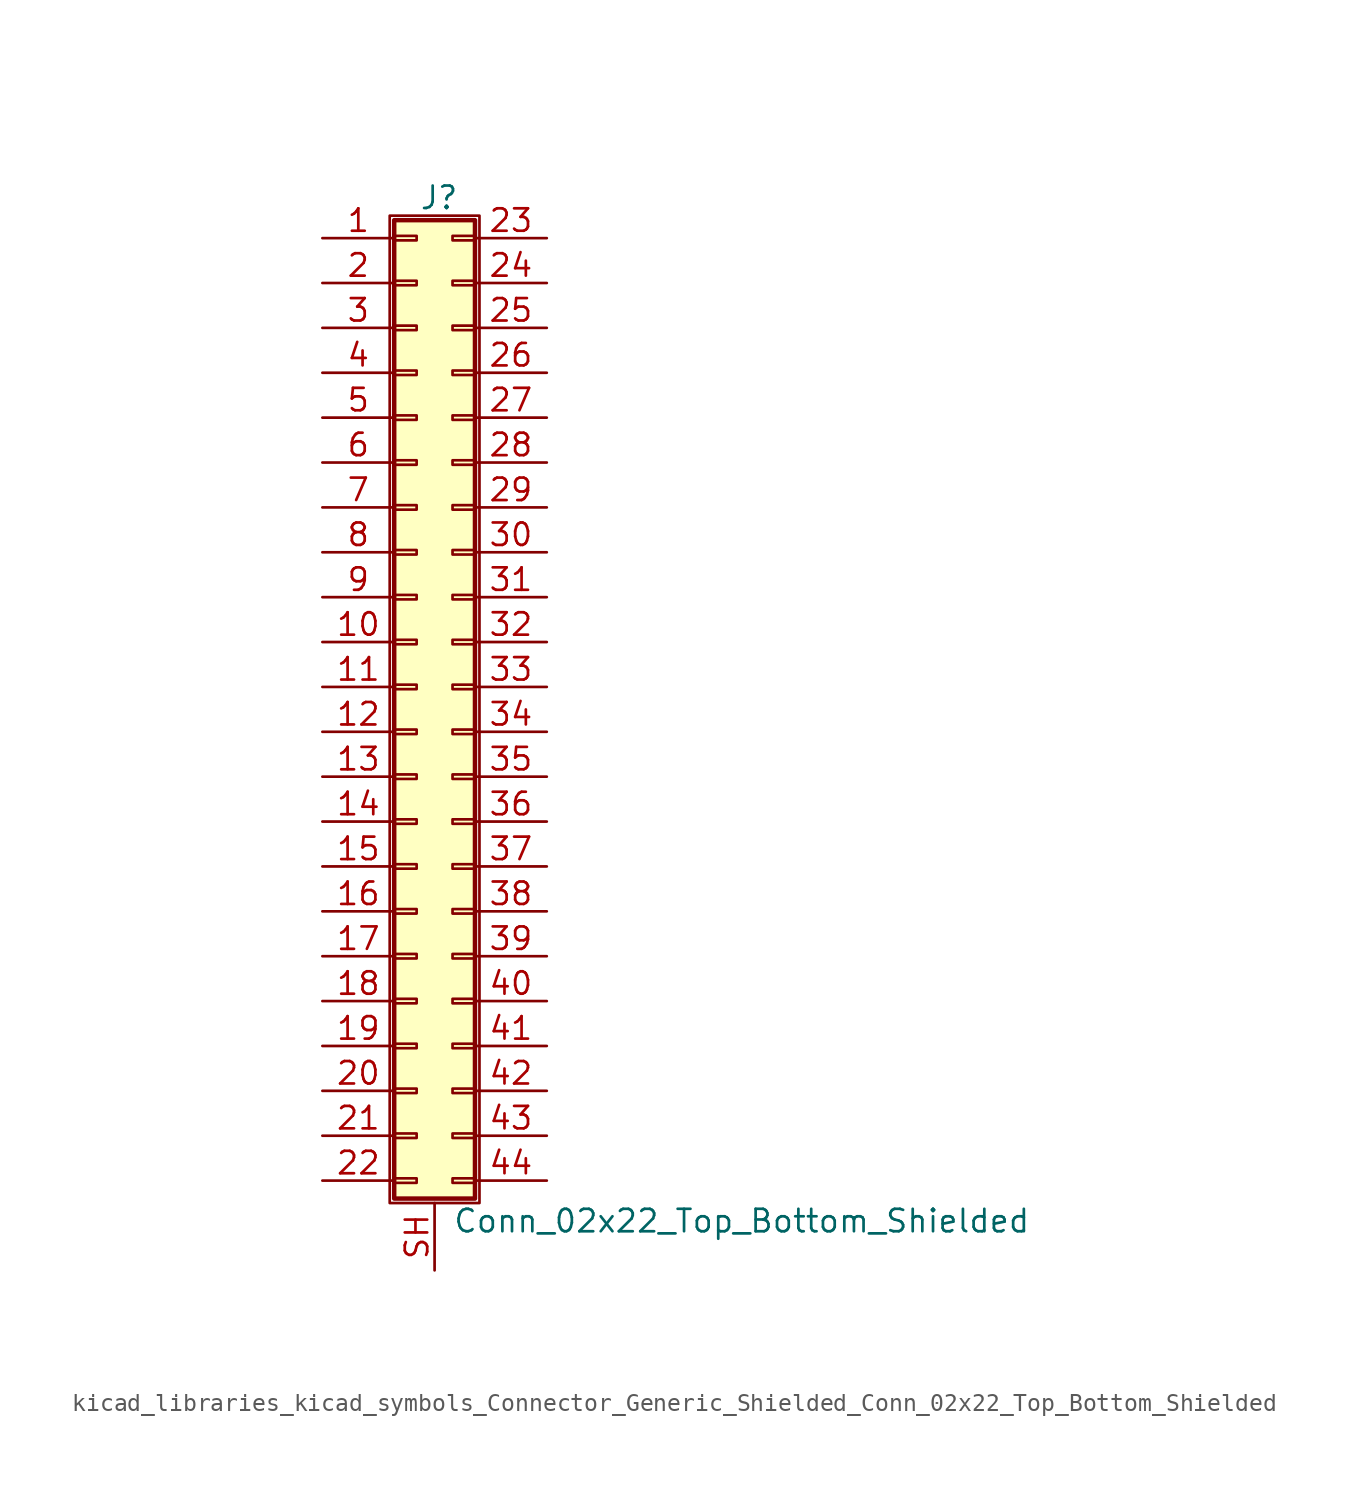
<source format=kicad_sym>
(kicad_symbol_lib
  (version 20220914)
  (generator kicad_symbol_editor)
  (symbol "kicad_libraries_kicad_symbols_Connector_Generic_Shielded_Conn_02x22_Top_Bottom_Shielded"
    (pin_names
      (offset 1.016) hide)
    (property "Reference" "J"
      (at 1.524 27.686 0)
      (effects (font (size 1.27 1.27))))
    (property "Value" "Conn_02x22_Top_Bottom_Shielded"
      (at 2.286 -30.226 0)
      (effects (font (size 1.27 1.27)) (justify left)))
    (symbol "kicad_libraries_kicad_symbols_Connector_Generic_Shielded_Conn_02x22_Top_Bottom_Shielded_1_1"
      (rectangle (start -1.27 26.67) (end 3.81 -29.21) (stroke (width 0.152) (type default)) (fill (type none)))
      (rectangle (start -1.016 -27.813) (end 0.254 -28.067) (stroke (width 0.152) (type default)) (fill (type none)))
      (rectangle (start -1.016 -25.273) (end 0.254 -25.527) (stroke (width 0.152) (type default)) (fill (type none)))
      (rectangle (start -1.016 -22.733) (end 0.254 -22.987) (stroke (width 0.152) (type default)) (fill (type none)))
      (rectangle (start -1.016 -20.193) (end 0.254 -20.447) (stroke (width 0.152) (type default)) (fill (type none)))
      (rectangle (start -1.016 -17.653) (end 0.254 -17.907) (stroke (width 0.152) (type default)) (fill (type none)))
      (rectangle (start -1.016 -15.113) (end 0.254 -15.367) (stroke (width 0.152) (type default)) (fill (type none)))
      (rectangle (start -1.016 -12.573) (end 0.254 -12.827) (stroke (width 0.152) (type default)) (fill (type none)))
      (rectangle (start -1.016 -10.033) (end 0.254 -10.287) (stroke (width 0.152) (type default)) (fill (type none)))
      (rectangle (start -1.016 -7.493) (end 0.254 -7.747) (stroke (width 0.152) (type default)) (fill (type none)))
      (rectangle (start -1.016 -4.953) (end 0.254 -5.207) (stroke (width 0.152) (type default)) (fill (type none)))
      (rectangle (start -1.016 -2.413) (end 0.254 -2.667) (stroke (width 0.152) (type default)) (fill (type none)))
      (rectangle (start -1.016 0.127) (end 0.254 -0.127) (stroke (width 0.152) (type default)) (fill (type none)))
      (rectangle (start -1.016 2.667) (end 0.254 2.413) (stroke (width 0.152) (type default)) (fill (type none)))
      (rectangle (start -1.016 5.207) (end 0.254 4.953) (stroke (width 0.152) (type default)) (fill (type none)))
      (rectangle (start -1.016 7.747) (end 0.254 7.493) (stroke (width 0.152) (type default)) (fill (type none)))
      (rectangle (start -1.016 10.287) (end 0.254 10.033) (stroke (width 0.152) (type default)) (fill (type none)))
      (rectangle (start -1.016 12.827) (end 0.254 12.573) (stroke (width 0.152) (type default)) (fill (type none)))
      (rectangle (start -1.016 15.367) (end 0.254 15.113) (stroke (width 0.152) (type default)) (fill (type none)))
      (rectangle (start -1.016 17.907) (end 0.254 17.653) (stroke (width 0.152) (type default)) (fill (type none)))
      (rectangle (start -1.016 20.447) (end 0.254 20.193) (stroke (width 0.152) (type default)) (fill (type none)))
      (rectangle (start -1.016 22.987) (end 0.254 22.733) (stroke (width 0.152) (type default)) (fill (type none)))
      (rectangle (start -1.016 25.527) (end 0.254 25.273) (stroke (width 0.152) (type default)) (fill (type none)))
      (rectangle (start -1.016 26.416) (end 3.556 -28.956) (stroke (width 0.254) (type default)) (fill (type background)))
      (rectangle (start 3.556 -27.813) (end 2.286 -28.067) (stroke (width 0.152) (type default)) (fill (type none)))
      (rectangle (start 3.556 -25.273) (end 2.286 -25.527) (stroke (width 0.152) (type default)) (fill (type none)))
      (rectangle (start 3.556 -22.733) (end 2.286 -22.987) (stroke (width 0.152) (type default)) (fill (type none)))
      (rectangle (start 3.556 -20.193) (end 2.286 -20.447) (stroke (width 0.152) (type default)) (fill (type none)))
      (rectangle (start 3.556 -17.653) (end 2.286 -17.907) (stroke (width 0.152) (type default)) (fill (type none)))
      (rectangle (start 3.556 -15.113) (end 2.286 -15.367) (stroke (width 0.152) (type default)) (fill (type none)))
      (rectangle (start 3.556 -12.573) (end 2.286 -12.827) (stroke (width 0.152) (type default)) (fill (type none)))
      (rectangle (start 3.556 -10.033) (end 2.286 -10.287) (stroke (width 0.152) (type default)) (fill (type none)))
      (rectangle (start 3.556 -7.493) (end 2.286 -7.747) (stroke (width 0.152) (type default)) (fill (type none)))
      (rectangle (start 3.556 -4.953) (end 2.286 -5.207) (stroke (width 0.152) (type default)) (fill (type none)))
      (rectangle (start 3.556 -2.413) (end 2.286 -2.667) (stroke (width 0.152) (type default)) (fill (type none)))
      (rectangle (start 3.556 0.127) (end 2.286 -0.127) (stroke (width 0.152) (type default)) (fill (type none)))
      (rectangle (start 3.556 2.667) (end 2.286 2.413) (stroke (width 0.152) (type default)) (fill (type none)))
      (rectangle (start 3.556 5.207) (end 2.286 4.953) (stroke (width 0.152) (type default)) (fill (type none)))
      (rectangle (start 3.556 7.747) (end 2.286 7.493) (stroke (width 0.152) (type default)) (fill (type none)))
      (rectangle (start 3.556 10.287) (end 2.286 10.033) (stroke (width 0.152) (type default)) (fill (type none)))
      (rectangle (start 3.556 12.827) (end 2.286 12.573) (stroke (width 0.152) (type default)) (fill (type none)))
      (rectangle (start 3.556 15.367) (end 2.286 15.113) (stroke (width 0.152) (type default)) (fill (type none)))
      (rectangle (start 3.556 17.907) (end 2.286 17.653) (stroke (width 0.152) (type default)) (fill (type none)))
      (rectangle (start 3.556 20.447) (end 2.286 20.193) (stroke (width 0.152) (type default)) (fill (type none)))
      (rectangle (start 3.556 22.987) (end 2.286 22.733) (stroke (width 0.152) (type default)) (fill (type none)))
      (rectangle (start 3.556 25.527) (end 2.286 25.273) (stroke (width 0.152) (type default)) (fill (type none)))
      (pin passive line (at -5.08 25.4 0) (length 4.064) (name "Pin_1" (effects (font (size 1.27 1.27)))) (number "1" (effects (font (size 1.27 1.27)))))
      (pin passive line (at -5.08 2.54 0) (length 4.064) (name "Pin_10" (effects (font (size 1.27 1.27)))) (number "10" (effects (font (size 1.27 1.27)))))
      (pin passive line (at -5.08 0 0) (length 4.064) (name "Pin_11" (effects (font (size 1.27 1.27)))) (number "11" (effects (font (size 1.27 1.27)))))
      (pin passive line (at -5.08 -2.54 0) (length 4.064) (name "Pin_12" (effects (font (size 1.27 1.27)))) (number "12" (effects (font (size 1.27 1.27)))))
      (pin passive line (at -5.08 -5.08 0) (length 4.064) (name "Pin_13" (effects (font (size 1.27 1.27)))) (number "13" (effects (font (size 1.27 1.27)))))
      (pin passive line (at -5.08 -7.62 0) (length 4.064) (name "Pin_14" (effects (font (size 1.27 1.27)))) (number "14" (effects (font (size 1.27 1.27)))))
      (pin passive line (at -5.08 -10.16 0) (length 4.064) (name "Pin_15" (effects (font (size 1.27 1.27)))) (number "15" (effects (font (size 1.27 1.27)))))
      (pin passive line (at -5.08 -12.7 0) (length 4.064) (name "Pin_16" (effects (font (size 1.27 1.27)))) (number "16" (effects (font (size 1.27 1.27)))))
      (pin passive line (at -5.08 -15.24 0) (length 4.064) (name "Pin_17" (effects (font (size 1.27 1.27)))) (number "17" (effects (font (size 1.27 1.27)))))
      (pin passive line (at -5.08 -17.78 0) (length 4.064) (name "Pin_18" (effects (font (size 1.27 1.27)))) (number "18" (effects (font (size 1.27 1.27)))))
      (pin passive line (at -5.08 -20.32 0) (length 4.064) (name "Pin_19" (effects (font (size 1.27 1.27)))) (number "19" (effects (font (size 1.27 1.27)))))
      (pin passive line (at -5.08 22.86 0) (length 4.064) (name "Pin_2" (effects (font (size 1.27 1.27)))) (number "2" (effects (font (size 1.27 1.27)))))
      (pin passive line (at -5.08 -22.86 0) (length 4.064) (name "Pin_20" (effects (font (size 1.27 1.27)))) (number "20" (effects (font (size 1.27 1.27)))))
      (pin passive line (at -5.08 -25.4 0) (length 4.064) (name "Pin_21" (effects (font (size 1.27 1.27)))) (number "21" (effects (font (size 1.27 1.27)))))
      (pin passive line (at -5.08 -27.94 0) (length 4.064) (name "Pin_22" (effects (font (size 1.27 1.27)))) (number "22" (effects (font (size 1.27 1.27)))))
      (pin passive line (at 7.62 25.4 180) (length 4.064) (name "Pin_23" (effects (font (size 1.27 1.27)))) (number "23" (effects (font (size 1.27 1.27)))))
      (pin passive line (at 7.62 22.86 180) (length 4.064) (name "Pin_24" (effects (font (size 1.27 1.27)))) (number "24" (effects (font (size 1.27 1.27)))))
      (pin passive line (at 7.62 20.32 180) (length 4.064) (name "Pin_25" (effects (font (size 1.27 1.27)))) (number "25" (effects (font (size 1.27 1.27)))))
      (pin passive line (at 7.62 17.78 180) (length 4.064) (name "Pin_26" (effects (font (size 1.27 1.27)))) (number "26" (effects (font (size 1.27 1.27)))))
      (pin passive line (at 7.62 15.24 180) (length 4.064) (name "Pin_27" (effects (font (size 1.27 1.27)))) (number "27" (effects (font (size 1.27 1.27)))))
      (pin passive line (at 7.62 12.7 180) (length 4.064) (name "Pin_28" (effects (font (size 1.27 1.27)))) (number "28" (effects (font (size 1.27 1.27)))))
      (pin passive line (at 7.62 10.16 180) (length 4.064) (name "Pin_29" (effects (font (size 1.27 1.27)))) (number "29" (effects (font (size 1.27 1.27)))))
      (pin passive line (at -5.08 20.32 0) (length 4.064) (name "Pin_3" (effects (font (size 1.27 1.27)))) (number "3" (effects (font (size 1.27 1.27)))))
      (pin passive line (at 7.62 7.62 180) (length 4.064) (name "Pin_30" (effects (font (size 1.27 1.27)))) (number "30" (effects (font (size 1.27 1.27)))))
      (pin passive line (at 7.62 5.08 180) (length 4.064) (name "Pin_31" (effects (font (size 1.27 1.27)))) (number "31" (effects (font (size 1.27 1.27)))))
      (pin passive line (at 7.62 2.54 180) (length 4.064) (name "Pin_32" (effects (font (size 1.27 1.27)))) (number "32" (effects (font (size 1.27 1.27)))))
      (pin passive line (at 7.62 0 180) (length 4.064) (name "Pin_33" (effects (font (size 1.27 1.27)))) (number "33" (effects (font (size 1.27 1.27)))))
      (pin passive line (at 7.62 -2.54 180) (length 4.064) (name "Pin_34" (effects (font (size 1.27 1.27)))) (number "34" (effects (font (size 1.27 1.27)))))
      (pin passive line (at 7.62 -5.08 180) (length 4.064) (name "Pin_35" (effects (font (size 1.27 1.27)))) (number "35" (effects (font (size 1.27 1.27)))))
      (pin passive line (at 7.62 -7.62 180) (length 4.064) (name "Pin_36" (effects (font (size 1.27 1.27)))) (number "36" (effects (font (size 1.27 1.27)))))
      (pin passive line (at 7.62 -10.16 180) (length 4.064) (name "Pin_37" (effects (font (size 1.27 1.27)))) (number "37" (effects (font (size 1.27 1.27)))))
      (pin passive line (at 7.62 -12.7 180) (length 4.064) (name "Pin_38" (effects (font (size 1.27 1.27)))) (number "38" (effects (font (size 1.27 1.27)))))
      (pin passive line (at 7.62 -15.24 180) (length 4.064) (name "Pin_39" (effects (font (size 1.27 1.27)))) (number "39" (effects (font (size 1.27 1.27)))))
      (pin passive line (at -5.08 17.78 0) (length 4.064) (name "Pin_4" (effects (font (size 1.27 1.27)))) (number "4" (effects (font (size 1.27 1.27)))))
      (pin passive line (at 7.62 -17.78 180) (length 4.064) (name "Pin_40" (effects (font (size 1.27 1.27)))) (number "40" (effects (font (size 1.27 1.27)))))
      (pin passive line (at 7.62 -20.32 180) (length 4.064) (name "Pin_41" (effects (font (size 1.27 1.27)))) (number "41" (effects (font (size 1.27 1.27)))))
      (pin passive line (at 7.62 -22.86 180) (length 4.064) (name "Pin_42" (effects (font (size 1.27 1.27)))) (number "42" (effects (font (size 1.27 1.27)))))
      (pin passive line (at 7.62 -25.4 180) (length 4.064) (name "Pin_43" (effects (font (size 1.27 1.27)))) (number "43" (effects (font (size 1.27 1.27)))))
      (pin passive line (at 7.62 -27.94 180) (length 4.064) (name "Pin_44" (effects (font (size 1.27 1.27)))) (number "44" (effects (font (size 1.27 1.27)))))
      (pin passive line (at -5.08 15.24 0) (length 4.064) (name "Pin_5" (effects (font (size 1.27 1.27)))) (number "5" (effects (font (size 1.27 1.27)))))
      (pin passive line (at -5.08 12.7 0) (length 4.064) (name "Pin_6" (effects (font (size 1.27 1.27)))) (number "6" (effects (font (size 1.27 1.27)))))
      (pin passive line (at -5.08 10.16 0) (length 4.064) (name "Pin_7" (effects (font (size 1.27 1.27)))) (number "7" (effects (font (size 1.27 1.27)))))
      (pin passive line (at -5.08 7.62 0) (length 4.064) (name "Pin_8" (effects (font (size 1.27 1.27)))) (number "8" (effects (font (size 1.27 1.27)))))
      (pin passive line (at -5.08 5.08 0) (length 4.064) (name "Pin_9" (effects (font (size 1.27 1.27)))) (number "9" (effects (font (size 1.27 1.27)))))
      (pin passive line (at 1.27 -33.02 90) (length 3.81) (name "Shield" (effects (font (size 1.27 1.27)))) (number "SH" (effects (font (size 1.27 1.27))))))))
</source>
